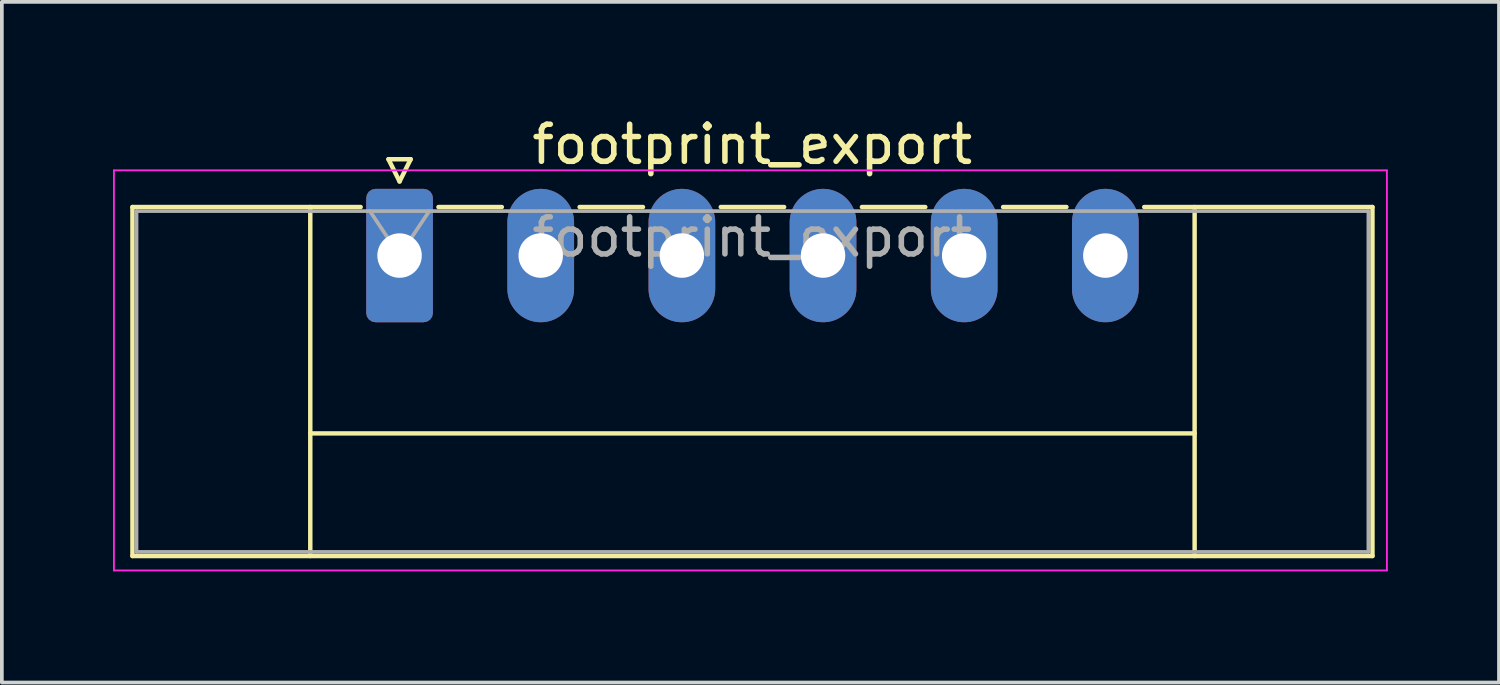
<source format=kicad_pcb>
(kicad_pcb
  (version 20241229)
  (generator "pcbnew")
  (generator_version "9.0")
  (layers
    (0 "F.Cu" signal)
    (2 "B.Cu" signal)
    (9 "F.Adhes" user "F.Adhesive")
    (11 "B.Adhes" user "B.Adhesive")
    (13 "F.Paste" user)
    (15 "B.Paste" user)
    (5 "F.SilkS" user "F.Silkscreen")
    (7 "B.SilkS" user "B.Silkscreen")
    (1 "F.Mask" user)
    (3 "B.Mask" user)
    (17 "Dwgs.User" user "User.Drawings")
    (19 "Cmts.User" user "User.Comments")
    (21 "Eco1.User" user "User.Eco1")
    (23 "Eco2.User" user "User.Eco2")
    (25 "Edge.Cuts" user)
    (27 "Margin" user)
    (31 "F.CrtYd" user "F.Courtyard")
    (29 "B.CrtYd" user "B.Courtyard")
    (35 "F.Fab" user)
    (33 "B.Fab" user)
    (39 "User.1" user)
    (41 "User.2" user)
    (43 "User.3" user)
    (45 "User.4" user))
  (footprint "footprint_export"
    (layer "F.Cu")
    (at 7.735 3.848)
    (property "Reference" "footprint_export" (at 9.52 -3 0) (layer "F.SilkS") (effects (font (size 1 1) (thickness 0.15))))
    (attr through_hole)
    (fp_line (start -7.21 -1.31) (end -7.21 8.11) (stroke (width 0.12) (type solid)) (layer "F.SilkS"))
    (fp_line (start -7.21 -1.31) (end -1.05 -1.31) (stroke (width 0.12) (type solid)) (layer "F.SilkS"))
    (fp_line (start -7.21 8.11) (end 26.26 8.11) (stroke (width 0.12) (type solid)) (layer "F.SilkS"))
    (fp_line (start -2.41 -1.31) (end -2.41 8.11) (stroke (width 0.12) (type solid)) (layer "F.SilkS"))
    (fp_line (start -2.41 4.8) (end 21.46 4.8) (stroke (width 0.12) (type solid)) (layer "F.SilkS"))
    (fp_line (start -0.3 -2.6) (end 0.3 -2.6) (stroke (width 0.12) (type solid)) (layer "F.SilkS"))
    (fp_line (start 0 -2) (end -0.3 -2.6) (stroke (width 0.12) (type solid)) (layer "F.SilkS"))
    (fp_line (start 0.3 -2.6) (end 0 -2) (stroke (width 0.12) (type solid)) (layer "F.SilkS"))
    (fp_line (start 1.05 -1.31) (end 2.76 -1.31) (stroke (width 0.12) (type solid)) (layer "F.SilkS"))
    (fp_line (start 4.86 -1.31) (end 6.57 -1.31) (stroke (width 0.12) (type solid)) (layer "F.SilkS"))
    (fp_line (start 8.67 -1.31) (end 10.38 -1.31) (stroke (width 0.12) (type solid)) (layer "F.SilkS"))
    (fp_line (start 12.48 -1.31) (end 14.19 -1.31) (stroke (width 0.12) (type solid)) (layer "F.SilkS"))
    (fp_line (start 16.29 -1.31) (end 18 -1.31) (stroke (width 0.12) (type solid)) (layer "F.SilkS"))
    (fp_line (start 21.46 -1.31) (end 21.46 8.11) (stroke (width 0.12) (type solid)) (layer "F.SilkS"))
    (fp_line (start 26.26 -1.31) (end 20.1 -1.31) (stroke (width 0.12) (type solid)) (layer "F.SilkS"))
    (fp_line (start 26.26 8.11) (end 26.26 -1.31) (stroke (width 0.12) (type solid)) (layer "F.SilkS"))
    (fp_line (start -7.71 -2.3) (end -7.71 8.5) (stroke (width 0.05) (type solid)) (layer "F.CrtYd"))
    (fp_line (start -7.71 8.5) (end 26.65 8.5) (stroke (width 0.05) (type solid)) (layer "F.CrtYd"))
    (fp_line (start 26.65 -2.3) (end -7.71 -2.3) (stroke (width 0.05) (type solid)) (layer "F.CrtYd"))
    (fp_line (start 26.65 8.5) (end 26.65 -2.3) (stroke (width 0.05) (type solid)) (layer "F.CrtYd"))
    (fp_line (start -7.1 -1.2) (end -7.1 8) (stroke (width 0.1) (type solid)) (layer "F.Fab"))
    (fp_line (start -7.1 8) (end 26.15 8) (stroke (width 0.1) (type solid)) (layer "F.Fab"))
    (fp_line (start 0 0) (end -0.8 -1.2) (stroke (width 0.1) (type solid)) (layer "F.Fab"))
    (fp_line (start 0.8 -1.2) (end 0 0) (stroke (width 0.1) (type solid)) (layer "F.Fab"))
    (fp_line (start 26.15 -1.2) (end -7.1 -1.2) (stroke (width 0.1) (type solid)) (layer "F.Fab"))
    (fp_line (start 26.15 8) (end 26.15 -1.2) (stroke (width 0.1) (type solid)) (layer "F.Fab"))
    (fp_text user "${REFERENCE}" (at 9.52 -0.5 0) (layer "F.Fab") (effects (font (size 1 1) (thickness 0.15))))
    (pad "1" thru_hole roundrect (at 0 0) (size 1.8 3.6) (drill 1.2) (layers "*.Cu" "*.Mask") (roundrect_rratio 0.139))
    (pad "2" thru_hole oval (at 3.81 0) (size 1.8 3.6) (drill 1.2) (layers "*.Cu" "*.Mask"))
    (pad "3" thru_hole oval (at 7.62 0) (size 1.8 3.6) (drill 1.2) (layers "*.Cu" "*.Mask"))
    (pad "4" thru_hole oval (at 11.43 0) (size 1.8 3.6) (drill 1.2) (layers "*.Cu" "*.Mask"))
    (pad "5" thru_hole oval (at 15.24 0) (size 1.8 3.6) (drill 1.2) (layers "*.Cu" "*.Mask"))
    (pad "6" thru_hole oval (at 19.05 0) (size 1.8 3.6) (drill 1.2) (layers "*.Cu" "*.Mask")))
  (gr_rect
    (start -3 -3)
    (end 37.41 15.373)
    (stroke (width 0.1) (type default))
    (fill no)
    (layer "Edge.Cuts")))
</source>
